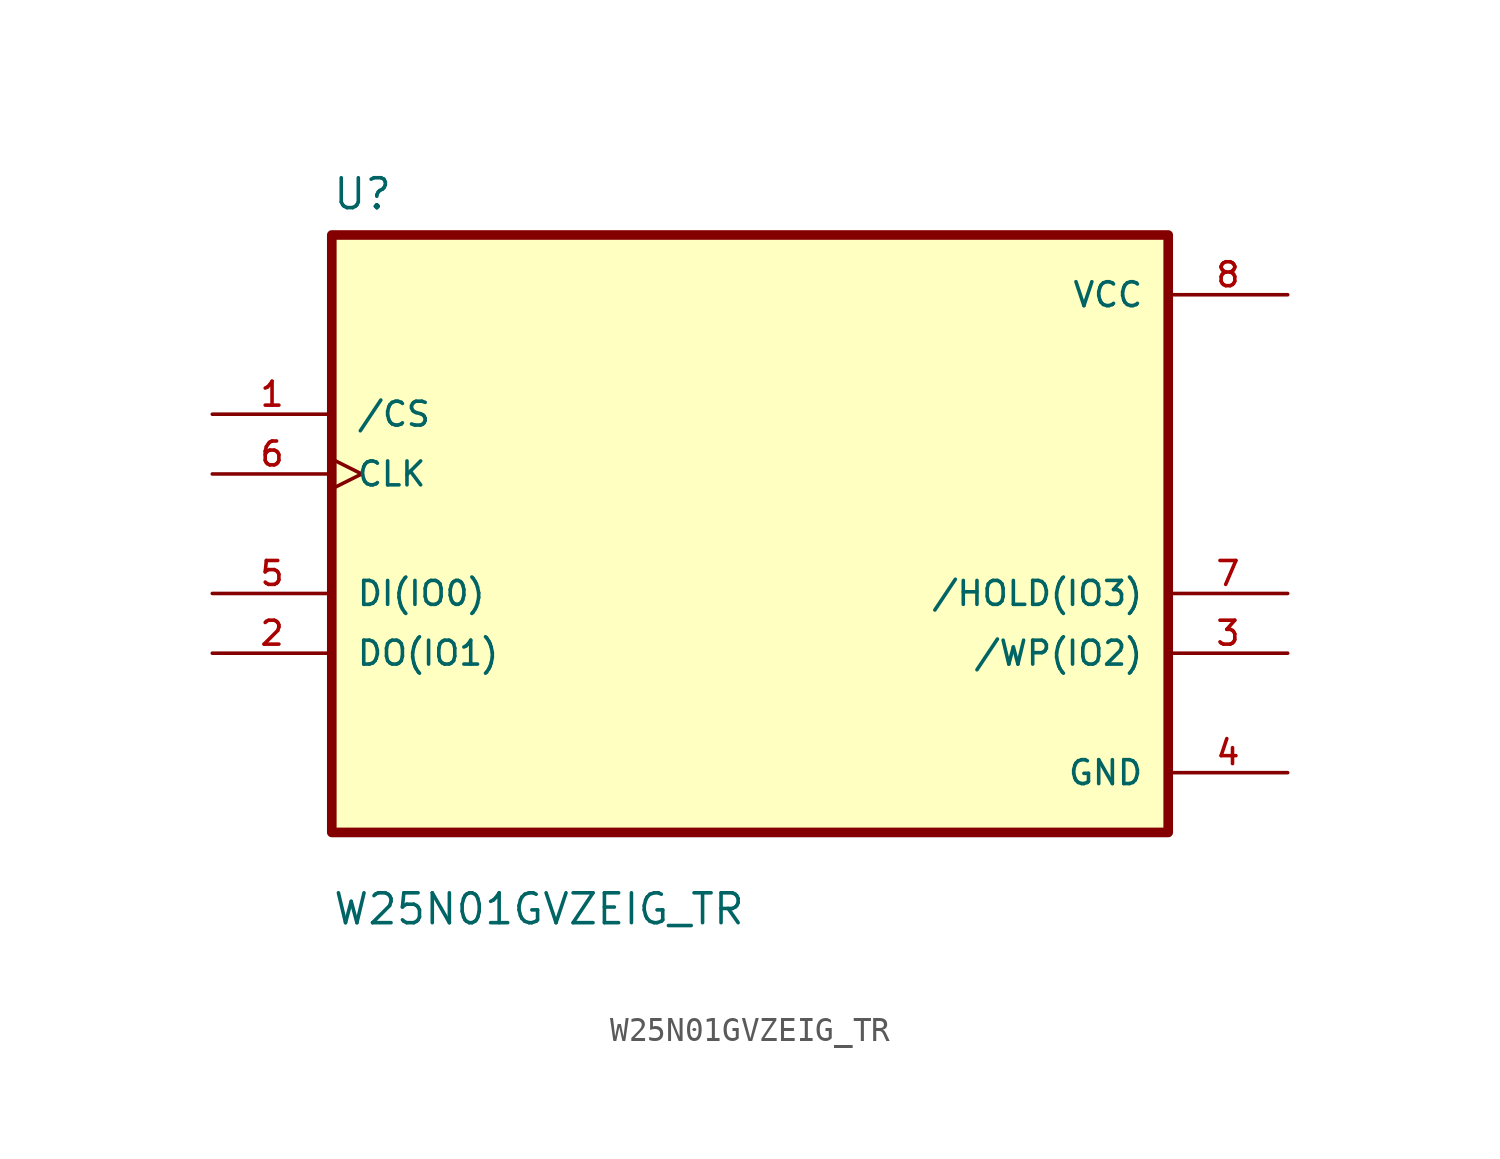
<source format=kicad_sym>
(kicad_symbol_lib
  (version 20211014)
  (generator kicad_symbol_editor)
  (symbol "W25N01GVZEIG_TR"
    (pin_names
      (offset 1.016))
    (property "Reference" "U"
      (at -17.78 13.7 0.0)
      (effects (font (size 1.27 1.27)) (justify bottom left)))
    (property "Value" "W25N01GVZEIG_TR"
      (at -17.78 -16.7 0.0)
      (effects (font (size 1.27 1.27)) (justify bottom left)))
    (symbol "W25N01GVZEIG_TR_0_0"
      (rectangle (start -17.78 -12.7) (end 17.78 12.7) (stroke (width 0.41)) (fill (type background)))
      (pin input clock (at -22.86 2.54 0) (length 5.08) (name "CLK" (effects (font (size 1.016 1.016)))) (number "6" (effects (font (size 1.016 1.016)))))
      (pin bidirectional line (at -22.86 -2.54 0) (length 5.08) (name "DI(IO0)" (effects (font (size 1.016 1.016)))) (number "5" (effects (font (size 1.016 1.016)))))
      (pin bidirectional line (at -22.86 -5.08 0) (length 5.08) (name "DO(IO1)" (effects (font (size 1.016 1.016)))) (number "2" (effects (font (size 1.016 1.016)))))
      (pin power_in line (at 22.86 10.16 180.0) (length 5.08) (name "VCC" (effects (font (size 1.016 1.016)))) (number "8" (effects (font (size 1.016 1.016)))))
      (pin bidirectional line (at 22.86 -2.54 180.0) (length 5.08) (name "/HOLD(IO3)" (effects (font (size 1.016 1.016)))) (number "7" (effects (font (size 1.016 1.016)))))
      (pin input line (at -22.86 5.08 0) (length 5.08) (name "/CS" (effects (font (size 1.016 1.016)))) (number "1" (effects (font (size 1.016 1.016)))))
      (pin bidirectional line (at 22.86 -5.08 180.0) (length 5.08) (name "/WP(IO2)" (effects (font (size 1.016 1.016)))) (number "3" (effects (font (size 1.016 1.016)))))
      (pin power_in line (at 22.86 -10.16 180.0) (length 5.08) (name "GND" (effects (font (size 1.016 1.016)))) (number "4" (effects (font (size 1.016 1.016))))))))
</source>
